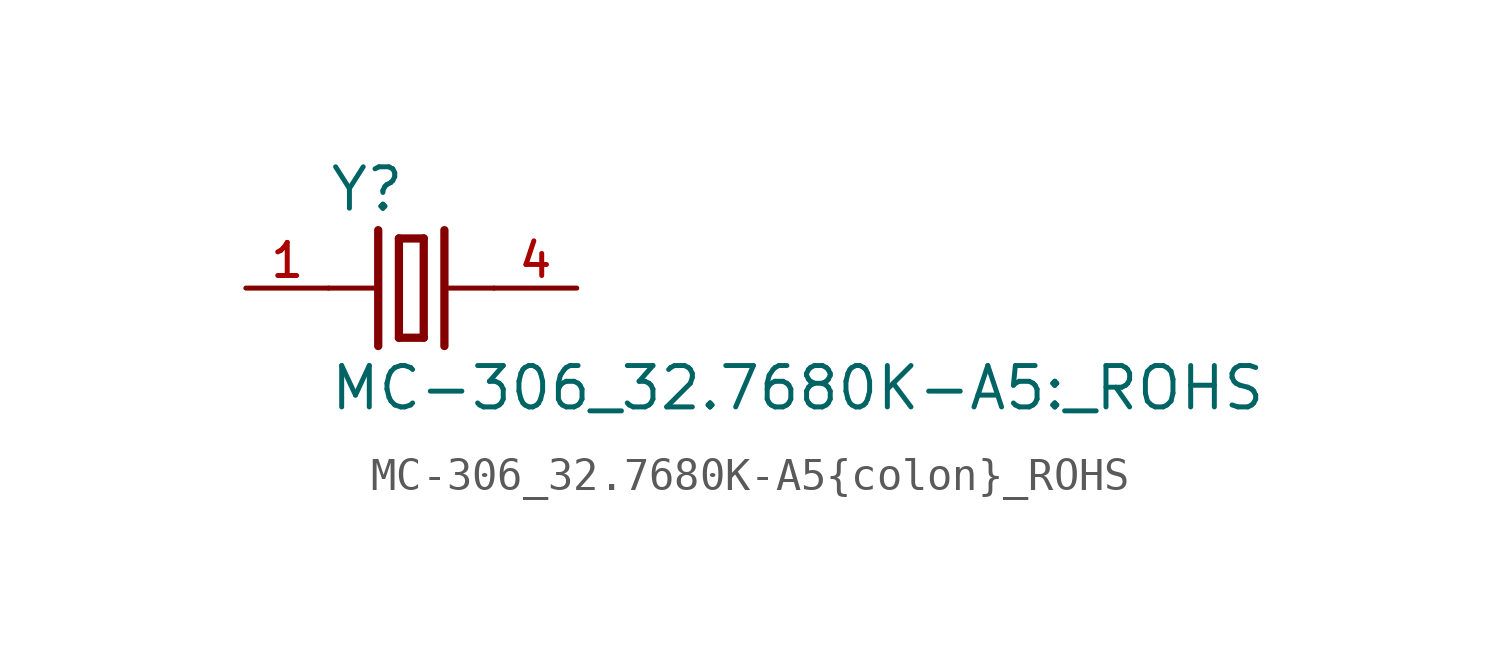
<source format=kicad_sym>
(kicad_symbol_lib
  (version 20211014)
  (generator kicad_symbol_editor)
  (symbol "MC-306_32.7680K-A5{colon}_ROHS"
    (pin_names
      (offset 1.016))
    (property "Reference" "Y"
      (at -2.545 2.29 0)
      (effects (font (size 1.27 1.27)) (justify bottom left)))
    (property "Value" "MC-306_32.7680K-A5{colon}_ROHS"
      (at -2.54 -3.811 0)
      (effects (font (size 1.27 1.27)) (justify bottom left)))
    (symbol "MC-306_32.7680K-A5{colon}_ROHS_0_0"
      (polyline (pts (xy 1.016 0.0) (xy 2.54 0.0)) (stroke (width 0.152)))
      (polyline (pts (xy -2.54 0.0) (xy -1.016 0.0)) (stroke (width 0.152)))
      (polyline (pts (xy -0.381 1.524) (xy -0.381 -1.524)) (stroke (width 0.254)))
      (polyline (pts (xy -0.381 -1.524) (xy 0.381 -1.524)) (stroke (width 0.254)))
      (polyline (pts (xy 0.381 -1.524) (xy 0.381 1.524)) (stroke (width 0.254)))
      (polyline (pts (xy 0.381 1.524) (xy -0.381 1.524)) (stroke (width 0.254)))
      (polyline (pts (xy 1.016 1.778) (xy 1.016 -1.778)) (stroke (width 0.254)))
      (polyline (pts (xy -1.016 1.778) (xy -1.016 -1.778)) (stroke (width 0.254)))
      (pin passive line (at 5.08 0.0 180.0) (length 2.54) (name "~" (effects (font (size 1.016 1.016)))) (number "4" (effects (font (size 1.016 1.016)))))
      (pin passive line (at -5.08 0.0 0) (length 2.54) (name "~" (effects (font (size 1.016 1.016)))) (number "1" (effects (font (size 1.016 1.016))))))))
</source>
